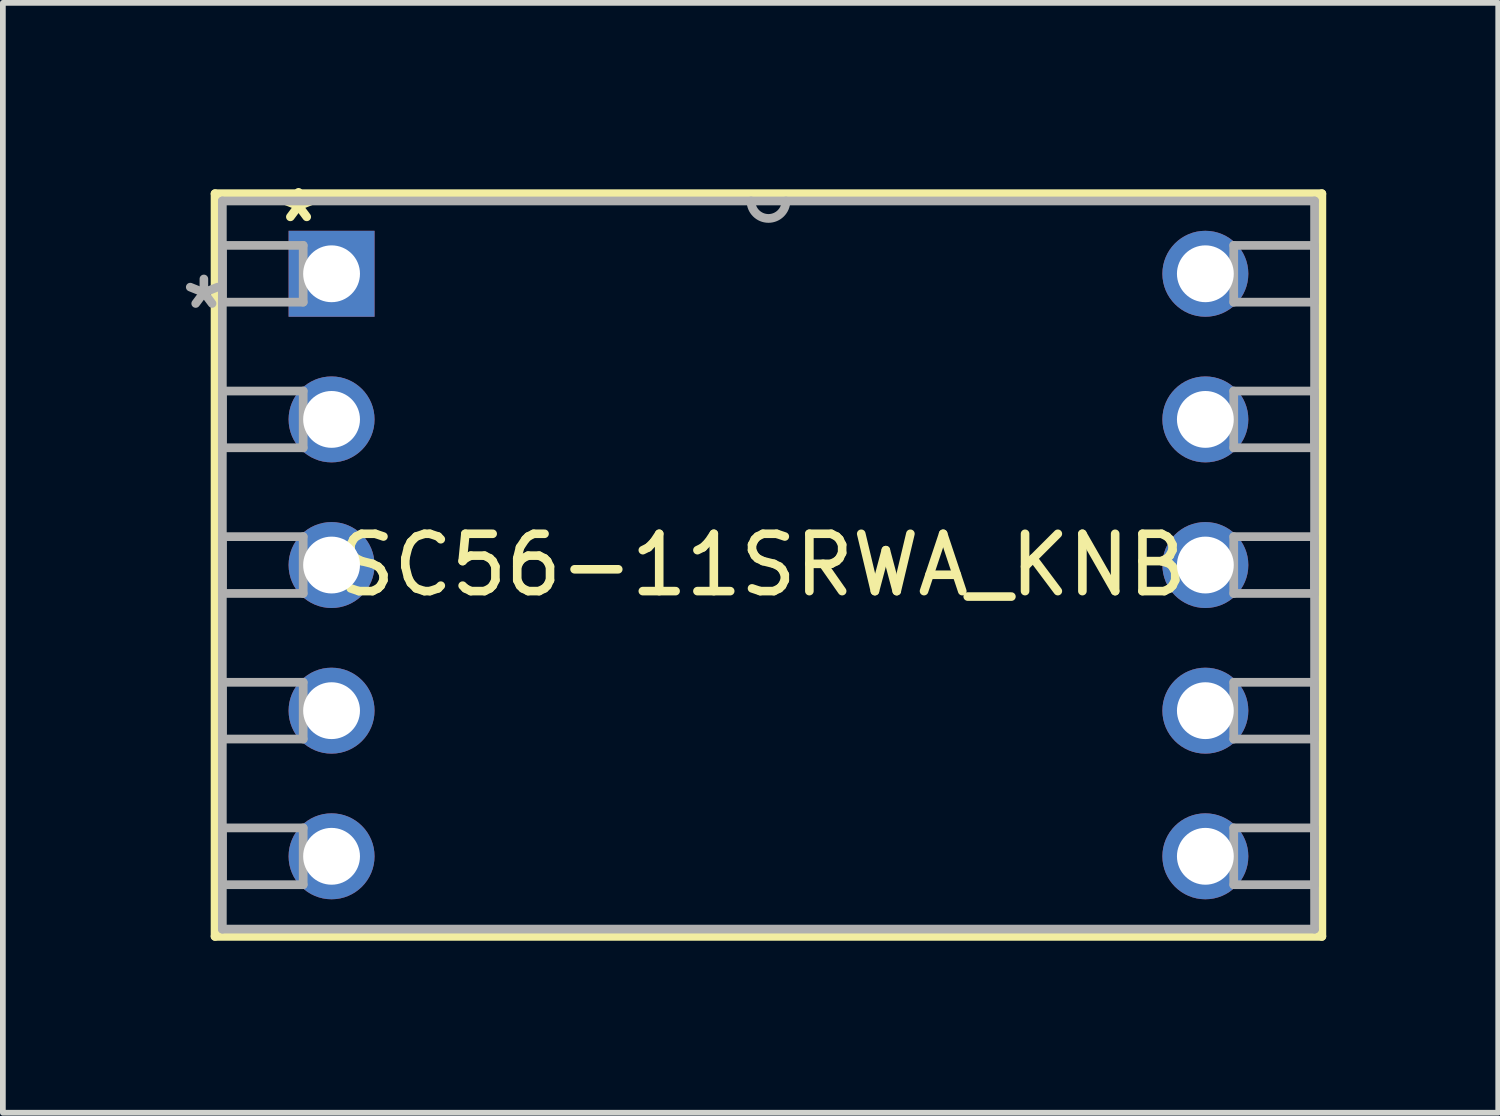
<source format=kicad_pcb>
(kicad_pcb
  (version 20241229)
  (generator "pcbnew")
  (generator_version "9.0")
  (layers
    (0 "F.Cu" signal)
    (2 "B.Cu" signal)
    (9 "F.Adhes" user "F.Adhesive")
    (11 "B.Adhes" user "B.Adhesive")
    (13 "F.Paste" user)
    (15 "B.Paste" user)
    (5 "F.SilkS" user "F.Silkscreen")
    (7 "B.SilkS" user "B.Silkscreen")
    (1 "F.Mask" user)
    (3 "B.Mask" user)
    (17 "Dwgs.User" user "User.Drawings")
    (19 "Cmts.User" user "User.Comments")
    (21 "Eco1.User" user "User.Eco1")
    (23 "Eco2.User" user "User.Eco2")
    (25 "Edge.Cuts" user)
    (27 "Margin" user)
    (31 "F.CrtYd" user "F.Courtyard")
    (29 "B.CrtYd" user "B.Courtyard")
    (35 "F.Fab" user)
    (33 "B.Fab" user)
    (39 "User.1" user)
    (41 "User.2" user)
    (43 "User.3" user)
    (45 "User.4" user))
  (footprint "SC56-11SRWA_KNB"
    (layer "F.Cu")
    (at 2.733 1.725)
    (property "Reference" "SC56-11SRWA_KNB" (at 7.524 5.08 0) (layer "F.SilkS") (effects (font (size 1 1) (thickness 0.15))))
    (attr through_hole)
    (fp_line (start -2.032 -1.397) (end -2.032 11.557) (stroke (width 0.152) (type solid)) (layer "F.SilkS"))
    (fp_line (start -2.032 11.557) (end 17.272 11.557) (stroke (width 0.152) (type solid)) (layer "F.SilkS"))
    (fp_line (start 17.272 -1.397) (end -2.032 -1.397) (stroke (width 0.152) (type solid)) (layer "F.SilkS"))
    (fp_line (start 17.272 11.557) (end 17.272 -1.397) (stroke (width 0.152) (type solid)) (layer "F.SilkS"))
    (fp_line (start -1.905 -1.27) (end -1.905 11.43) (stroke (width 0.152) (type solid)) (layer "F.Fab"))
    (fp_line (start -1.905 -0.495) (end -0.495 -0.495) (stroke (width 0.152) (type solid)) (layer "F.Fab"))
    (fp_line (start -1.905 0.495) (end -1.905 -0.495) (stroke (width 0.152) (type solid)) (layer "F.Fab"))
    (fp_line (start -1.905 2.045) (end -0.495 2.045) (stroke (width 0.152) (type solid)) (layer "F.Fab"))
    (fp_line (start -1.905 3.035) (end -1.905 2.045) (stroke (width 0.152) (type solid)) (layer "F.Fab"))
    (fp_line (start -1.905 4.585) (end -0.495 4.585) (stroke (width 0.152) (type solid)) (layer "F.Fab"))
    (fp_line (start -1.905 5.575) (end -1.905 4.585) (stroke (width 0.152) (type solid)) (layer "F.Fab"))
    (fp_line (start -1.905 7.125) (end -0.495 7.125) (stroke (width 0.152) (type solid)) (layer "F.Fab"))
    (fp_line (start -1.905 8.115) (end -1.905 7.125) (stroke (width 0.152) (type solid)) (layer "F.Fab"))
    (fp_line (start -1.905 9.665) (end -0.495 9.665) (stroke (width 0.152) (type solid)) (layer "F.Fab"))
    (fp_line (start -1.905 10.655) (end -1.905 9.665) (stroke (width 0.152) (type solid)) (layer "F.Fab"))
    (fp_line (start -1.905 11.43) (end 17.145 11.43) (stroke (width 0.152) (type solid)) (layer "F.Fab"))
    (fp_line (start -0.495 -0.495) (end -0.495 0.495) (stroke (width 0.152) (type solid)) (layer "F.Fab"))
    (fp_line (start -0.495 0.495) (end -1.905 0.495) (stroke (width 0.152) (type solid)) (layer "F.Fab"))
    (fp_line (start -0.495 2.045) (end -0.495 3.035) (stroke (width 0.152) (type solid)) (layer "F.Fab"))
    (fp_line (start -0.495 3.035) (end -1.905 3.035) (stroke (width 0.152) (type solid)) (layer "F.Fab"))
    (fp_line (start -0.495 4.585) (end -0.495 5.575) (stroke (width 0.152) (type solid)) (layer "F.Fab"))
    (fp_line (start -0.495 5.575) (end -1.905 5.575) (stroke (width 0.152) (type solid)) (layer "F.Fab"))
    (fp_line (start -0.495 7.125) (end -0.495 8.115) (stroke (width 0.152) (type solid)) (layer "F.Fab"))
    (fp_line (start -0.495 8.115) (end -1.905 8.115) (stroke (width 0.152) (type solid)) (layer "F.Fab"))
    (fp_line (start -0.495 9.665) (end -0.495 10.655) (stroke (width 0.152) (type solid)) (layer "F.Fab"))
    (fp_line (start -0.495 10.655) (end -1.905 10.655) (stroke (width 0.152) (type solid)) (layer "F.Fab"))
    (fp_line (start 15.735 -0.495) (end 17.145 -0.495) (stroke (width 0.152) (type solid)) (layer "F.Fab"))
    (fp_line (start 15.735 0.495) (end 15.735 -0.495) (stroke (width 0.152) (type solid)) (layer "F.Fab"))
    (fp_line (start 15.735 2.045) (end 17.145 2.045) (stroke (width 0.152) (type solid)) (layer "F.Fab"))
    (fp_line (start 15.735 3.035) (end 15.735 2.045) (stroke (width 0.152) (type solid)) (layer "F.Fab"))
    (fp_line (start 15.735 4.585) (end 17.145 4.585) (stroke (width 0.152) (type solid)) (layer "F.Fab"))
    (fp_line (start 15.735 5.575) (end 15.735 4.585) (stroke (width 0.152) (type solid)) (layer "F.Fab"))
    (fp_line (start 15.735 7.125) (end 17.145 7.125) (stroke (width 0.152) (type solid)) (layer "F.Fab"))
    (fp_line (start 15.735 8.115) (end 15.735 7.125) (stroke (width 0.152) (type solid)) (layer "F.Fab"))
    (fp_line (start 15.735 9.665) (end 17.145 9.665) (stroke (width 0.152) (type solid)) (layer "F.Fab"))
    (fp_line (start 15.735 10.655) (end 15.735 9.665) (stroke (width 0.152) (type solid)) (layer "F.Fab"))
    (fp_line (start 17.145 -1.27) (end -1.905 -1.27) (stroke (width 0.152) (type solid)) (layer "F.Fab"))
    (fp_line (start 17.145 -0.495) (end 17.145 0.495) (stroke (width 0.152) (type solid)) (layer "F.Fab"))
    (fp_line (start 17.145 0.495) (end 15.735 0.495) (stroke (width 0.152) (type solid)) (layer "F.Fab"))
    (fp_line (start 17.145 2.045) (end 17.145 3.035) (stroke (width 0.152) (type solid)) (layer "F.Fab"))
    (fp_line (start 17.145 3.035) (end 15.735 3.035) (stroke (width 0.152) (type solid)) (layer "F.Fab"))
    (fp_line (start 17.145 4.585) (end 17.145 5.575) (stroke (width 0.152) (type solid)) (layer "F.Fab"))
    (fp_line (start 17.145 5.575) (end 15.735 5.575) (stroke (width 0.152) (type solid)) (layer "F.Fab"))
    (fp_line (start 17.145 7.125) (end 17.145 8.115) (stroke (width 0.152) (type solid)) (layer "F.Fab"))
    (fp_line (start 17.145 8.115) (end 15.735 8.115) (stroke (width 0.152) (type solid)) (layer "F.Fab"))
    (fp_line (start 17.145 9.665) (end 17.145 10.655) (stroke (width 0.152) (type solid)) (layer "F.Fab"))
    (fp_line (start 17.145 10.655) (end 15.735 10.655) (stroke (width 0.152) (type solid)) (layer "F.Fab"))
    (fp_line (start 17.145 11.43) (end 17.145 -1.27) (stroke (width 0.152) (type solid)) (layer "F.Fab"))
    (fp_arc (start 7.9248 -1.27) (mid 7.62 -0.9652) (end 7.3152 -1.27) (stroke (width 0.1524) (type solid)) (layer "F.Fab"))
    (fp_text user "*" (at -0.576 -0.876 0) (layer "F.SilkS") (effects (font (size 1 1) (thickness 0.15))))
    (fp_text user "*" (at -2.227 0.635 0) (layer "F.Fab") (effects (font (size 1 1) (thickness 0.15))))
    (pad "1" thru_hole rect (at 0 0) (size 1.499 1.499) (drill 0.991) (layers "*.Cu" "*.Mask"))
    (pad "2" thru_hole circle (at 0 2.54) (size 1.499 1.499) (drill 0.991) (layers "*.Cu" "*.Mask"))
    (pad "3" thru_hole circle (at 0 5.08) (size 1.499 1.499) (drill 0.991) (layers "*.Cu" "*.Mask"))
    (pad "4" thru_hole circle (at 0 7.62) (size 1.499 1.499) (drill 0.991) (layers "*.Cu" "*.Mask"))
    (pad "5" thru_hole circle (at 0 10.16) (size 1.499 1.499) (drill 0.991) (layers "*.Cu" "*.Mask"))
    (pad "6" thru_hole circle (at 15.24 10.16) (size 1.499 1.499) (drill 0.991) (layers "*.Cu" "*.Mask"))
    (pad "7" thru_hole circle (at 15.24 7.62) (size 1.499 1.499) (drill 0.991) (layers "*.Cu" "*.Mask"))
    (pad "8" thru_hole circle (at 15.24 5.08) (size 1.499 1.499) (drill 0.991) (layers "*.Cu" "*.Mask"))
    (pad "9" thru_hole circle (at 15.24 2.54) (size 1.499 1.499) (drill 0.991) (layers "*.Cu" "*.Mask"))
    (pad "10" thru_hole circle (at 15.24 0) (size 1.499 1.499) (drill 0.991) (layers "*.Cu" "*.Mask")))
  (gr_rect
    (start -3 -3)
    (end 23.081 16.358)
    (stroke (width 0.1) (type default))
    (fill no)
    (layer "Edge.Cuts")))
</source>
